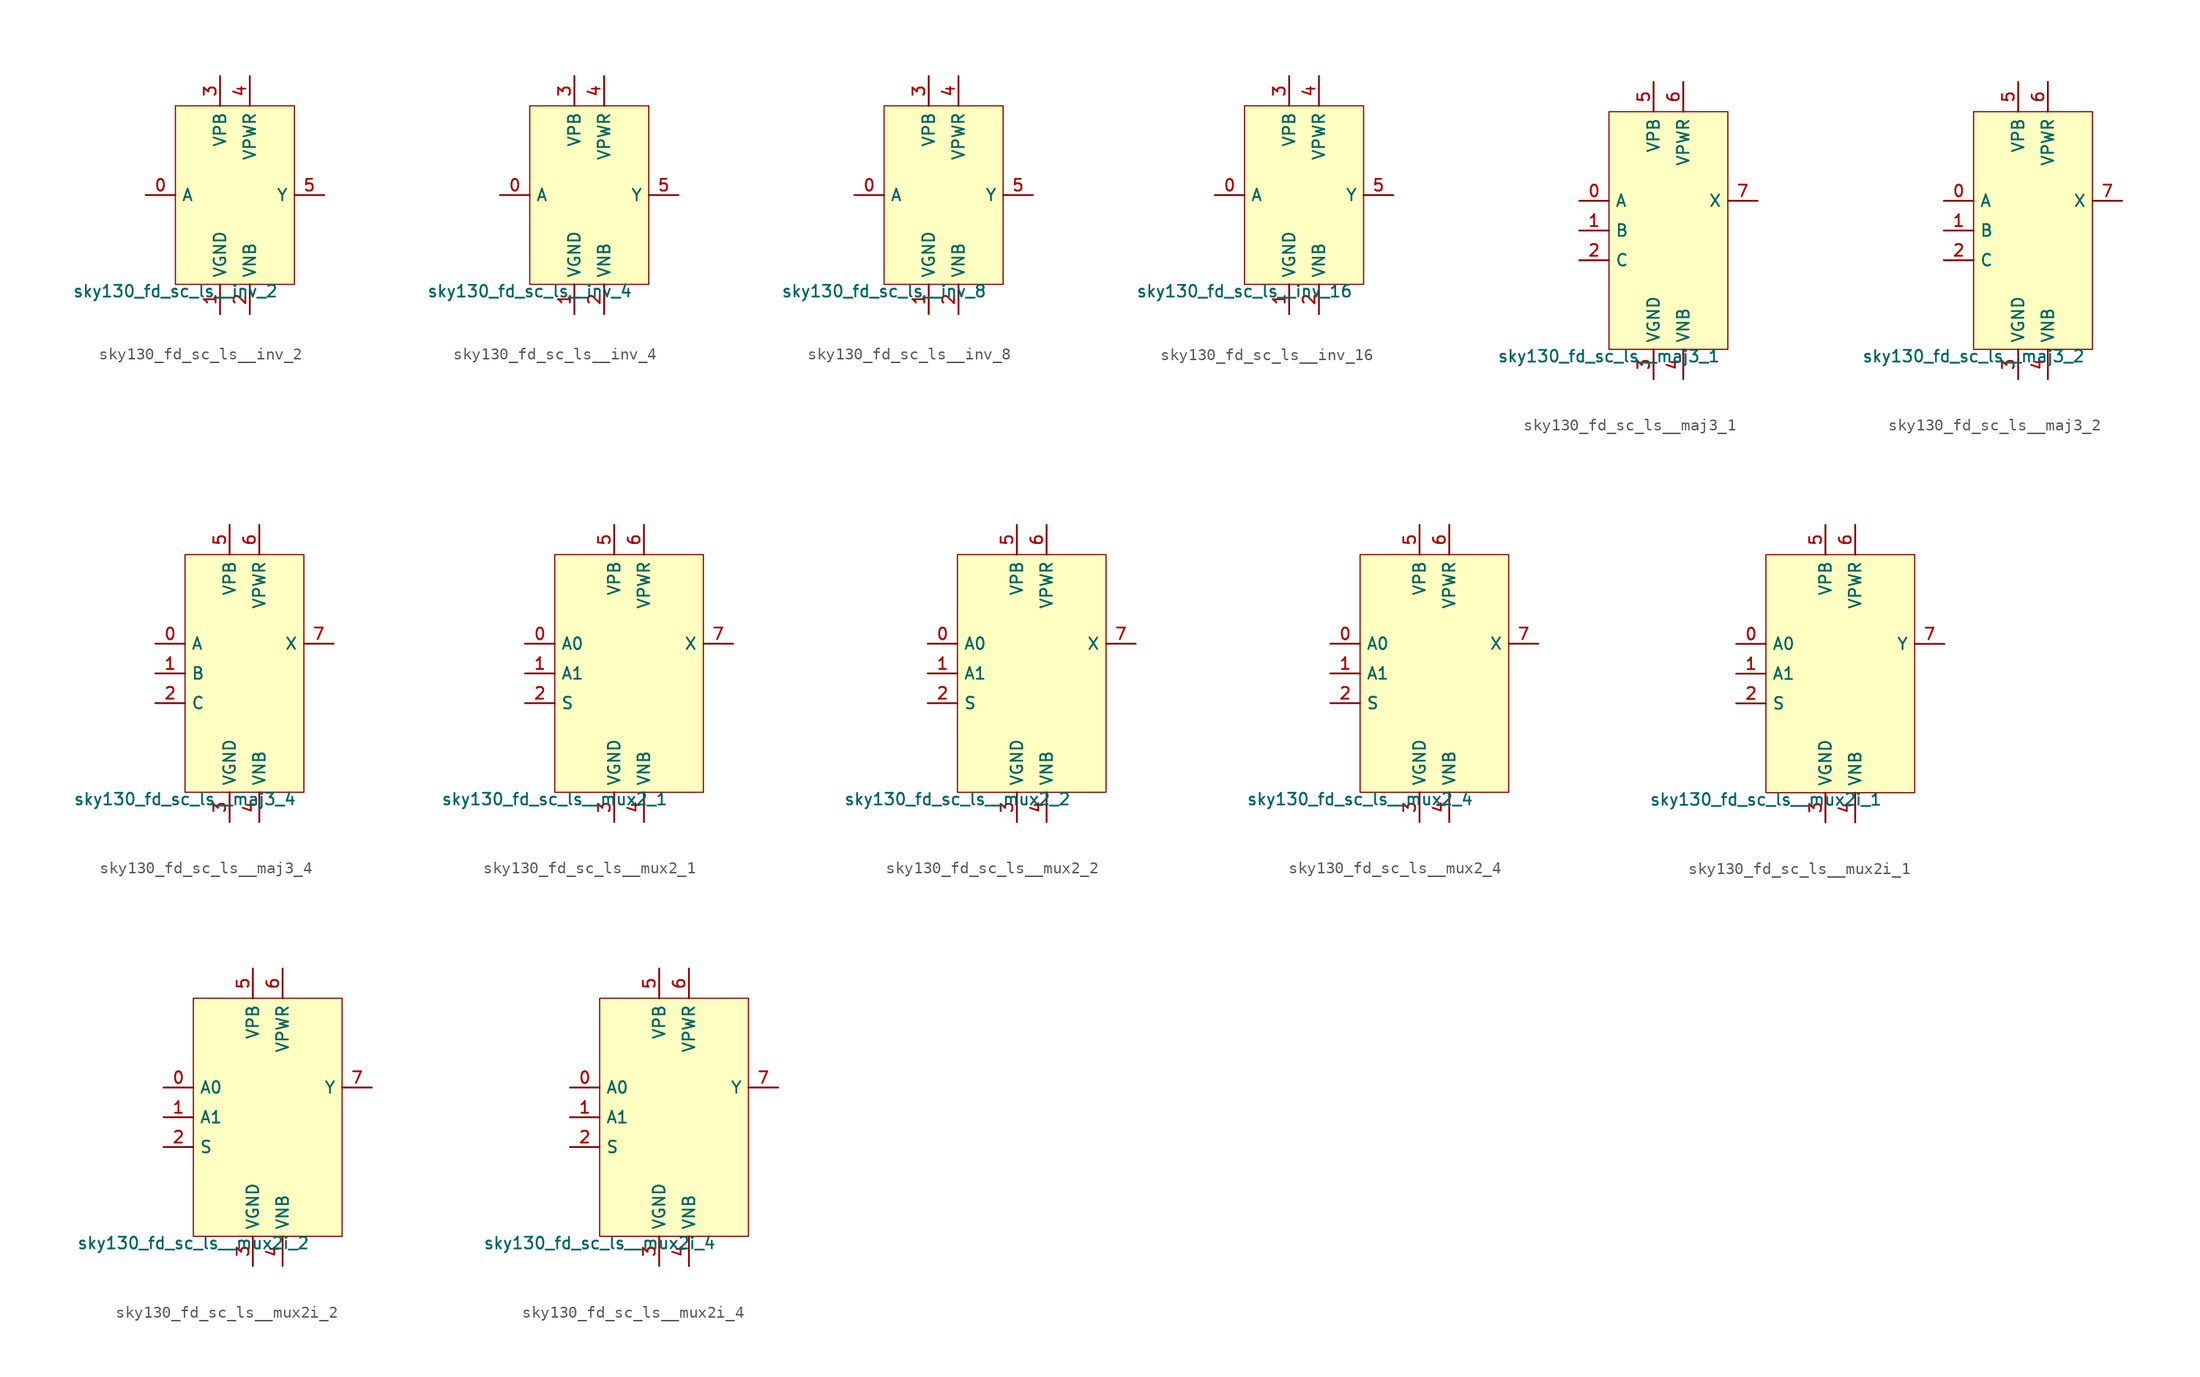
<source format=kicad_sym>
(kicad_symbol_lib
  (version 20211014)
  (generator lef2kicad_sym)
  (symbol "sky130_fd_sc_ls__inv_2"
    (property "Reference" "X"
      (at 0 0 0)
      (effects (font (size 1 1)) hide))
    (property "Value" "sky130_fd_sc_ls__inv_2"
      (at -5.08 -7.62 0)
      (effects (font (size 1 1)) (justify top)))
    (rectangle
      (start -5.08 -7.62)
      (end 5.08 7.62)
      (stroke (width 0.1) (type solid) (color 0 0 0 0))
      (fill (type background)))
    (pin input line
      (at -7.62 0.0 0)
      (length 2.54)
      (name "A" (effects (font (size 1 1)) hide))
      (number "0" (effects (font (size 1 1)) hide)))
    (pin power_in line
      (at -1.27 -10.16 90)
      (length 2.54)
      (name "VGND" (effects (font (size 1 1)) hide))
      (number "1" (effects (font (size 1 1)) hide)))
    (pin power_in line
      (at 1.27 -10.16 90)
      (length 2.54)
      (name "VNB" (effects (font (size 1 1)) hide))
      (number "2" (effects (font (size 1 1)) hide)))
    (pin power_in line
      (at -1.27 10.16 270)
      (length 2.54)
      (name "VPB" (effects (font (size 1 1)) hide))
      (number "3" (effects (font (size 1 1)) hide)))
    (pin power_in line
      (at 1.27 10.16 270)
      (length 2.54)
      (name "VPWR" (effects (font (size 1 1)) hide))
      (number "4" (effects (font (size 1 1)) hide)))
    (pin output line
      (at 7.62 0.0 180)
      (length 2.54)
      (name "Y" (effects (font (size 1 1)) hide))
      (number "5" (effects (font (size 1 1)) hide))))
  (symbol "sky130_fd_sc_ls__inv_4"
    (property "Reference" "X"
      (at 0 0 0)
      (effects (font (size 1 1)) hide))
    (property "Value" "sky130_fd_sc_ls__inv_4"
      (at -5.08 -7.62 0)
      (effects (font (size 1 1)) (justify top)))
    (rectangle
      (start -5.08 -7.62)
      (end 5.08 7.62)
      (stroke (width 0.1) (type solid) (color 0 0 0 0))
      (fill (type background)))
    (pin input line
      (at -7.62 0.0 0)
      (length 2.54)
      (name "A" (effects (font (size 1 1)) hide))
      (number "0" (effects (font (size 1 1)) hide)))
    (pin power_in line
      (at -1.27 -10.16 90)
      (length 2.54)
      (name "VGND" (effects (font (size 1 1)) hide))
      (number "1" (effects (font (size 1 1)) hide)))
    (pin power_in line
      (at 1.27 -10.16 90)
      (length 2.54)
      (name "VNB" (effects (font (size 1 1)) hide))
      (number "2" (effects (font (size 1 1)) hide)))
    (pin power_in line
      (at -1.27 10.16 270)
      (length 2.54)
      (name "VPB" (effects (font (size 1 1)) hide))
      (number "3" (effects (font (size 1 1)) hide)))
    (pin power_in line
      (at 1.27 10.16 270)
      (length 2.54)
      (name "VPWR" (effects (font (size 1 1)) hide))
      (number "4" (effects (font (size 1 1)) hide)))
    (pin output line
      (at 7.62 0.0 180)
      (length 2.54)
      (name "Y" (effects (font (size 1 1)) hide))
      (number "5" (effects (font (size 1 1)) hide))))
  (symbol "sky130_fd_sc_ls__inv_8"
    (property "Reference" "X"
      (at 0 0 0)
      (effects (font (size 1 1)) hide))
    (property "Value" "sky130_fd_sc_ls__inv_8"
      (at -5.08 -7.62 0)
      (effects (font (size 1 1)) (justify top)))
    (rectangle
      (start -5.08 -7.62)
      (end 5.08 7.62)
      (stroke (width 0.1) (type solid) (color 0 0 0 0))
      (fill (type background)))
    (pin input line
      (at -7.62 0.0 0)
      (length 2.54)
      (name "A" (effects (font (size 1 1)) hide))
      (number "0" (effects (font (size 1 1)) hide)))
    (pin power_in line
      (at -1.27 -10.16 90)
      (length 2.54)
      (name "VGND" (effects (font (size 1 1)) hide))
      (number "1" (effects (font (size 1 1)) hide)))
    (pin power_in line
      (at 1.27 -10.16 90)
      (length 2.54)
      (name "VNB" (effects (font (size 1 1)) hide))
      (number "2" (effects (font (size 1 1)) hide)))
    (pin power_in line
      (at -1.27 10.16 270)
      (length 2.54)
      (name "VPB" (effects (font (size 1 1)) hide))
      (number "3" (effects (font (size 1 1)) hide)))
    (pin power_in line
      (at 1.27 10.16 270)
      (length 2.54)
      (name "VPWR" (effects (font (size 1 1)) hide))
      (number "4" (effects (font (size 1 1)) hide)))
    (pin output line
      (at 7.62 0.0 180)
      (length 2.54)
      (name "Y" (effects (font (size 1 1)) hide))
      (number "5" (effects (font (size 1 1)) hide))))
  (symbol "sky130_fd_sc_ls__inv_16"
    (property "Reference" "X"
      (at 0 0 0)
      (effects (font (size 1 1)) hide))
    (property "Value" "sky130_fd_sc_ls__inv_16"
      (at -5.08 -7.62 0)
      (effects (font (size 1 1)) (justify top)))
    (rectangle
      (start -5.08 -7.62)
      (end 5.08 7.62)
      (stroke (width 0.1) (type solid) (color 0 0 0 0))
      (fill (type background)))
    (pin input line
      (at -7.62 0.0 0)
      (length 2.54)
      (name "A" (effects (font (size 1 1)) hide))
      (number "0" (effects (font (size 1 1)) hide)))
    (pin power_in line
      (at -1.27 -10.16 90)
      (length 2.54)
      (name "VGND" (effects (font (size 1 1)) hide))
      (number "1" (effects (font (size 1 1)) hide)))
    (pin power_in line
      (at 1.27 -10.16 90)
      (length 2.54)
      (name "VNB" (effects (font (size 1 1)) hide))
      (number "2" (effects (font (size 1 1)) hide)))
    (pin power_in line
      (at -1.27 10.16 270)
      (length 2.54)
      (name "VPB" (effects (font (size 1 1)) hide))
      (number "3" (effects (font (size 1 1)) hide)))
    (pin power_in line
      (at 1.27 10.16 270)
      (length 2.54)
      (name "VPWR" (effects (font (size 1 1)) hide))
      (number "4" (effects (font (size 1 1)) hide)))
    (pin output line
      (at 7.62 0.0 180)
      (length 2.54)
      (name "Y" (effects (font (size 1 1)) hide))
      (number "5" (effects (font (size 1 1)) hide))))
  (symbol "sky130_fd_sc_ls__maj3_1"
    (property "Reference" "X"
      (at 0 0 0)
      (effects (font (size 1 1)) hide))
    (property "Value" "sky130_fd_sc_ls__maj3_1"
      (at -5.08 -10.16 0)
      (effects (font (size 1 1)) (justify top)))
    (rectangle
      (start -5.08 -10.16)
      (end 5.08 10.16)
      (stroke (width 0.1) (type solid) (color 0 0 0 0))
      (fill (type background)))
    (pin input line
      (at -7.62 2.54 0)
      (length 2.54)
      (name "A" (effects (font (size 1 1)) hide))
      (number "0" (effects (font (size 1 1)) hide)))
    (pin input line
      (at -7.62 0.0 0)
      (length 2.54)
      (name "B" (effects (font (size 1 1)) hide))
      (number "1" (effects (font (size 1 1)) hide)))
    (pin input line
      (at -7.62 -2.54 0)
      (length 2.54)
      (name "C" (effects (font (size 1 1)) hide))
      (number "2" (effects (font (size 1 1)) hide)))
    (pin power_in line
      (at -1.27 -12.7 90)
      (length 2.54)
      (name "VGND" (effects (font (size 1 1)) hide))
      (number "3" (effects (font (size 1 1)) hide)))
    (pin power_in line
      (at 1.27 -12.7 90)
      (length 2.54)
      (name "VNB" (effects (font (size 1 1)) hide))
      (number "4" (effects (font (size 1 1)) hide)))
    (pin power_in line
      (at -1.27 12.7 270)
      (length 2.54)
      (name "VPB" (effects (font (size 1 1)) hide))
      (number "5" (effects (font (size 1 1)) hide)))
    (pin power_in line
      (at 1.27 12.7 270)
      (length 2.54)
      (name "VPWR" (effects (font (size 1 1)) hide))
      (number "6" (effects (font (size 1 1)) hide)))
    (pin output line
      (at 7.62 2.54 180)
      (length 2.54)
      (name "X" (effects (font (size 1 1)) hide))
      (number "7" (effects (font (size 1 1)) hide))))
  (symbol "sky130_fd_sc_ls__maj3_2"
    (property "Reference" "X"
      (at 0 0 0)
      (effects (font (size 1 1)) hide))
    (property "Value" "sky130_fd_sc_ls__maj3_2"
      (at -5.08 -10.16 0)
      (effects (font (size 1 1)) (justify top)))
    (rectangle
      (start -5.08 -10.16)
      (end 5.08 10.16)
      (stroke (width 0.1) (type solid) (color 0 0 0 0))
      (fill (type background)))
    (pin input line
      (at -7.62 2.54 0)
      (length 2.54)
      (name "A" (effects (font (size 1 1)) hide))
      (number "0" (effects (font (size 1 1)) hide)))
    (pin input line
      (at -7.62 0.0 0)
      (length 2.54)
      (name "B" (effects (font (size 1 1)) hide))
      (number "1" (effects (font (size 1 1)) hide)))
    (pin input line
      (at -7.62 -2.54 0)
      (length 2.54)
      (name "C" (effects (font (size 1 1)) hide))
      (number "2" (effects (font (size 1 1)) hide)))
    (pin power_in line
      (at -1.27 -12.7 90)
      (length 2.54)
      (name "VGND" (effects (font (size 1 1)) hide))
      (number "3" (effects (font (size 1 1)) hide)))
    (pin power_in line
      (at 1.27 -12.7 90)
      (length 2.54)
      (name "VNB" (effects (font (size 1 1)) hide))
      (number "4" (effects (font (size 1 1)) hide)))
    (pin power_in line
      (at -1.27 12.7 270)
      (length 2.54)
      (name "VPB" (effects (font (size 1 1)) hide))
      (number "5" (effects (font (size 1 1)) hide)))
    (pin power_in line
      (at 1.27 12.7 270)
      (length 2.54)
      (name "VPWR" (effects (font (size 1 1)) hide))
      (number "6" (effects (font (size 1 1)) hide)))
    (pin output line
      (at 7.62 2.54 180)
      (length 2.54)
      (name "X" (effects (font (size 1 1)) hide))
      (number "7" (effects (font (size 1 1)) hide))))
  (symbol "sky130_fd_sc_ls__maj3_4"
    (property "Reference" "X"
      (at 0 0 0)
      (effects (font (size 1 1)) hide))
    (property "Value" "sky130_fd_sc_ls__maj3_4"
      (at -5.08 -10.16 0)
      (effects (font (size 1 1)) (justify top)))
    (rectangle
      (start -5.08 -10.16)
      (end 5.08 10.16)
      (stroke (width 0.1) (type solid) (color 0 0 0 0))
      (fill (type background)))
    (pin input line
      (at -7.62 2.54 0)
      (length 2.54)
      (name "A" (effects (font (size 1 1)) hide))
      (number "0" (effects (font (size 1 1)) hide)))
    (pin input line
      (at -7.62 0.0 0)
      (length 2.54)
      (name "B" (effects (font (size 1 1)) hide))
      (number "1" (effects (font (size 1 1)) hide)))
    (pin input line
      (at -7.62 -2.54 0)
      (length 2.54)
      (name "C" (effects (font (size 1 1)) hide))
      (number "2" (effects (font (size 1 1)) hide)))
    (pin power_in line
      (at -1.27 -12.7 90)
      (length 2.54)
      (name "VGND" (effects (font (size 1 1)) hide))
      (number "3" (effects (font (size 1 1)) hide)))
    (pin power_in line
      (at 1.27 -12.7 90)
      (length 2.54)
      (name "VNB" (effects (font (size 1 1)) hide))
      (number "4" (effects (font (size 1 1)) hide)))
    (pin power_in line
      (at -1.27 12.7 270)
      (length 2.54)
      (name "VPB" (effects (font (size 1 1)) hide))
      (number "5" (effects (font (size 1 1)) hide)))
    (pin power_in line
      (at 1.27 12.7 270)
      (length 2.54)
      (name "VPWR" (effects (font (size 1 1)) hide))
      (number "6" (effects (font (size 1 1)) hide)))
    (pin output line
      (at 7.62 2.54 180)
      (length 2.54)
      (name "X" (effects (font (size 1 1)) hide))
      (number "7" (effects (font (size 1 1)) hide))))
  (symbol "sky130_fd_sc_ls__mux2_1"
    (property "Reference" "X"
      (at 0 0 0)
      (effects (font (size 1 1)) hide))
    (property "Value" "sky130_fd_sc_ls__mux2_1"
      (at -6.35 -10.16 0)
      (effects (font (size 1 1)) (justify top)))
    (rectangle
      (start -6.35 -10.16)
      (end 6.35 10.16)
      (stroke (width 0.1) (type solid) (color 0 0 0 0))
      (fill (type background)))
    (pin input line
      (at -8.89 2.54 0)
      (length 2.54)
      (name "A0" (effects (font (size 1 1)) hide))
      (number "0" (effects (font (size 1 1)) hide)))
    (pin input line
      (at -8.89 0.0 0)
      (length 2.54)
      (name "A1" (effects (font (size 1 1)) hide))
      (number "1" (effects (font (size 1 1)) hide)))
    (pin input line
      (at -8.89 -2.54 0)
      (length 2.54)
      (name "S" (effects (font (size 1 1)) hide))
      (number "2" (effects (font (size 1 1)) hide)))
    (pin power_in line
      (at -1.27 -12.7 90)
      (length 2.54)
      (name "VGND" (effects (font (size 1 1)) hide))
      (number "3" (effects (font (size 1 1)) hide)))
    (pin power_in line
      (at 1.27 -12.7 90)
      (length 2.54)
      (name "VNB" (effects (font (size 1 1)) hide))
      (number "4" (effects (font (size 1 1)) hide)))
    (pin power_in line
      (at -1.27 12.7 270)
      (length 2.54)
      (name "VPB" (effects (font (size 1 1)) hide))
      (number "5" (effects (font (size 1 1)) hide)))
    (pin power_in line
      (at 1.27 12.7 270)
      (length 2.54)
      (name "VPWR" (effects (font (size 1 1)) hide))
      (number "6" (effects (font (size 1 1)) hide)))
    (pin output line
      (at 8.89 2.54 180)
      (length 2.54)
      (name "X" (effects (font (size 1 1)) hide))
      (number "7" (effects (font (size 1 1)) hide))))
  (symbol "sky130_fd_sc_ls__mux2_2"
    (property "Reference" "X"
      (at 0 0 0)
      (effects (font (size 1 1)) hide))
    (property "Value" "sky130_fd_sc_ls__mux2_2"
      (at -6.35 -10.16 0)
      (effects (font (size 1 1)) (justify top)))
    (rectangle
      (start -6.35 -10.16)
      (end 6.35 10.16)
      (stroke (width 0.1) (type solid) (color 0 0 0 0))
      (fill (type background)))
    (pin input line
      (at -8.89 2.54 0)
      (length 2.54)
      (name "A0" (effects (font (size 1 1)) hide))
      (number "0" (effects (font (size 1 1)) hide)))
    (pin input line
      (at -8.89 0.0 0)
      (length 2.54)
      (name "A1" (effects (font (size 1 1)) hide))
      (number "1" (effects (font (size 1 1)) hide)))
    (pin input line
      (at -8.89 -2.54 0)
      (length 2.54)
      (name "S" (effects (font (size 1 1)) hide))
      (number "2" (effects (font (size 1 1)) hide)))
    (pin power_in line
      (at -1.27 -12.7 90)
      (length 2.54)
      (name "VGND" (effects (font (size 1 1)) hide))
      (number "3" (effects (font (size 1 1)) hide)))
    (pin power_in line
      (at 1.27 -12.7 90)
      (length 2.54)
      (name "VNB" (effects (font (size 1 1)) hide))
      (number "4" (effects (font (size 1 1)) hide)))
    (pin power_in line
      (at -1.27 12.7 270)
      (length 2.54)
      (name "VPB" (effects (font (size 1 1)) hide))
      (number "5" (effects (font (size 1 1)) hide)))
    (pin power_in line
      (at 1.27 12.7 270)
      (length 2.54)
      (name "VPWR" (effects (font (size 1 1)) hide))
      (number "6" (effects (font (size 1 1)) hide)))
    (pin output line
      (at 8.89 2.54 180)
      (length 2.54)
      (name "X" (effects (font (size 1 1)) hide))
      (number "7" (effects (font (size 1 1)) hide))))
  (symbol "sky130_fd_sc_ls__mux2_4"
    (property "Reference" "X"
      (at 0 0 0)
      (effects (font (size 1 1)) hide))
    (property "Value" "sky130_fd_sc_ls__mux2_4"
      (at -6.35 -10.16 0)
      (effects (font (size 1 1)) (justify top)))
    (rectangle
      (start -6.35 -10.16)
      (end 6.35 10.16)
      (stroke (width 0.1) (type solid) (color 0 0 0 0))
      (fill (type background)))
    (pin input line
      (at -8.89 2.54 0)
      (length 2.54)
      (name "A0" (effects (font (size 1 1)) hide))
      (number "0" (effects (font (size 1 1)) hide)))
    (pin input line
      (at -8.89 0.0 0)
      (length 2.54)
      (name "A1" (effects (font (size 1 1)) hide))
      (number "1" (effects (font (size 1 1)) hide)))
    (pin input line
      (at -8.89 -2.54 0)
      (length 2.54)
      (name "S" (effects (font (size 1 1)) hide))
      (number "2" (effects (font (size 1 1)) hide)))
    (pin power_in line
      (at -1.27 -12.7 90)
      (length 2.54)
      (name "VGND" (effects (font (size 1 1)) hide))
      (number "3" (effects (font (size 1 1)) hide)))
    (pin power_in line
      (at 1.27 -12.7 90)
      (length 2.54)
      (name "VNB" (effects (font (size 1 1)) hide))
      (number "4" (effects (font (size 1 1)) hide)))
    (pin power_in line
      (at -1.27 12.7 270)
      (length 2.54)
      (name "VPB" (effects (font (size 1 1)) hide))
      (number "5" (effects (font (size 1 1)) hide)))
    (pin power_in line
      (at 1.27 12.7 270)
      (length 2.54)
      (name "VPWR" (effects (font (size 1 1)) hide))
      (number "6" (effects (font (size 1 1)) hide)))
    (pin output line
      (at 8.89 2.54 180)
      (length 2.54)
      (name "X" (effects (font (size 1 1)) hide))
      (number "7" (effects (font (size 1 1)) hide))))
  (symbol "sky130_fd_sc_ls__mux2i_1"
    (property "Reference" "X"
      (at 0 0 0)
      (effects (font (size 1 1)) hide))
    (property "Value" "sky130_fd_sc_ls__mux2i_1"
      (at -6.35 -10.16 0)
      (effects (font (size 1 1)) (justify top)))
    (rectangle
      (start -6.35 -10.16)
      (end 6.35 10.16)
      (stroke (width 0.1) (type solid) (color 0 0 0 0))
      (fill (type background)))
    (pin input line
      (at -8.89 2.54 0)
      (length 2.54)
      (name "A0" (effects (font (size 1 1)) hide))
      (number "0" (effects (font (size 1 1)) hide)))
    (pin input line
      (at -8.89 0.0 0)
      (length 2.54)
      (name "A1" (effects (font (size 1 1)) hide))
      (number "1" (effects (font (size 1 1)) hide)))
    (pin input line
      (at -8.89 -2.54 0)
      (length 2.54)
      (name "S" (effects (font (size 1 1)) hide))
      (number "2" (effects (font (size 1 1)) hide)))
    (pin power_in line
      (at -1.27 -12.7 90)
      (length 2.54)
      (name "VGND" (effects (font (size 1 1)) hide))
      (number "3" (effects (font (size 1 1)) hide)))
    (pin power_in line
      (at 1.27 -12.7 90)
      (length 2.54)
      (name "VNB" (effects (font (size 1 1)) hide))
      (number "4" (effects (font (size 1 1)) hide)))
    (pin power_in line
      (at -1.27 12.7 270)
      (length 2.54)
      (name "VPB" (effects (font (size 1 1)) hide))
      (number "5" (effects (font (size 1 1)) hide)))
    (pin power_in line
      (at 1.27 12.7 270)
      (length 2.54)
      (name "VPWR" (effects (font (size 1 1)) hide))
      (number "6" (effects (font (size 1 1)) hide)))
    (pin output line
      (at 8.89 2.54 180)
      (length 2.54)
      (name "Y" (effects (font (size 1 1)) hide))
      (number "7" (effects (font (size 1 1)) hide))))
  (symbol "sky130_fd_sc_ls__mux2i_2"
    (property "Reference" "X"
      (at 0 0 0)
      (effects (font (size 1 1)) hide))
    (property "Value" "sky130_fd_sc_ls__mux2i_2"
      (at -6.35 -10.16 0)
      (effects (font (size 1 1)) (justify top)))
    (rectangle
      (start -6.35 -10.16)
      (end 6.35 10.16)
      (stroke (width 0.1) (type solid) (color 0 0 0 0))
      (fill (type background)))
    (pin input line
      (at -8.89 2.54 0)
      (length 2.54)
      (name "A0" (effects (font (size 1 1)) hide))
      (number "0" (effects (font (size 1 1)) hide)))
    (pin input line
      (at -8.89 0.0 0)
      (length 2.54)
      (name "A1" (effects (font (size 1 1)) hide))
      (number "1" (effects (font (size 1 1)) hide)))
    (pin input line
      (at -8.89 -2.54 0)
      (length 2.54)
      (name "S" (effects (font (size 1 1)) hide))
      (number "2" (effects (font (size 1 1)) hide)))
    (pin power_in line
      (at -1.27 -12.7 90)
      (length 2.54)
      (name "VGND" (effects (font (size 1 1)) hide))
      (number "3" (effects (font (size 1 1)) hide)))
    (pin power_in line
      (at 1.27 -12.7 90)
      (length 2.54)
      (name "VNB" (effects (font (size 1 1)) hide))
      (number "4" (effects (font (size 1 1)) hide)))
    (pin power_in line
      (at -1.27 12.7 270)
      (length 2.54)
      (name "VPB" (effects (font (size 1 1)) hide))
      (number "5" (effects (font (size 1 1)) hide)))
    (pin power_in line
      (at 1.27 12.7 270)
      (length 2.54)
      (name "VPWR" (effects (font (size 1 1)) hide))
      (number "6" (effects (font (size 1 1)) hide)))
    (pin output line
      (at 8.89 2.54 180)
      (length 2.54)
      (name "Y" (effects (font (size 1 1)) hide))
      (number "7" (effects (font (size 1 1)) hide))))
  (symbol "sky130_fd_sc_ls__mux2i_4"
    (property "Reference" "X"
      (at 0 0 0)
      (effects (font (size 1 1)) hide))
    (property "Value" "sky130_fd_sc_ls__mux2i_4"
      (at -6.35 -10.16 0)
      (effects (font (size 1 1)) (justify top)))
    (rectangle
      (start -6.35 -10.16)
      (end 6.35 10.16)
      (stroke (width 0.1) (type solid) (color 0 0 0 0))
      (fill (type background)))
    (pin input line
      (at -8.89 2.54 0)
      (length 2.54)
      (name "A0" (effects (font (size 1 1)) hide))
      (number "0" (effects (font (size 1 1)) hide)))
    (pin input line
      (at -8.89 0.0 0)
      (length 2.54)
      (name "A1" (effects (font (size 1 1)) hide))
      (number "1" (effects (font (size 1 1)) hide)))
    (pin input line
      (at -8.89 -2.54 0)
      (length 2.54)
      (name "S" (effects (font (size 1 1)) hide))
      (number "2" (effects (font (size 1 1)) hide)))
    (pin power_in line
      (at -1.27 -12.7 90)
      (length 2.54)
      (name "VGND" (effects (font (size 1 1)) hide))
      (number "3" (effects (font (size 1 1)) hide)))
    (pin power_in line
      (at 1.27 -12.7 90)
      (length 2.54)
      (name "VNB" (effects (font (size 1 1)) hide))
      (number "4" (effects (font (size 1 1)) hide)))
    (pin power_in line
      (at -1.27 12.7 270)
      (length 2.54)
      (name "VPB" (effects (font (size 1 1)) hide))
      (number "5" (effects (font (size 1 1)) hide)))
    (pin power_in line
      (at 1.27 12.7 270)
      (length 2.54)
      (name "VPWR" (effects (font (size 1 1)) hide))
      (number "6" (effects (font (size 1 1)) hide)))
    (pin output line
      (at 8.89 2.54 180)
      (length 2.54)
      (name "Y" (effects (font (size 1 1)) hide))
      (number "7" (effects (font (size 1 1)) hide)))))
</source>
